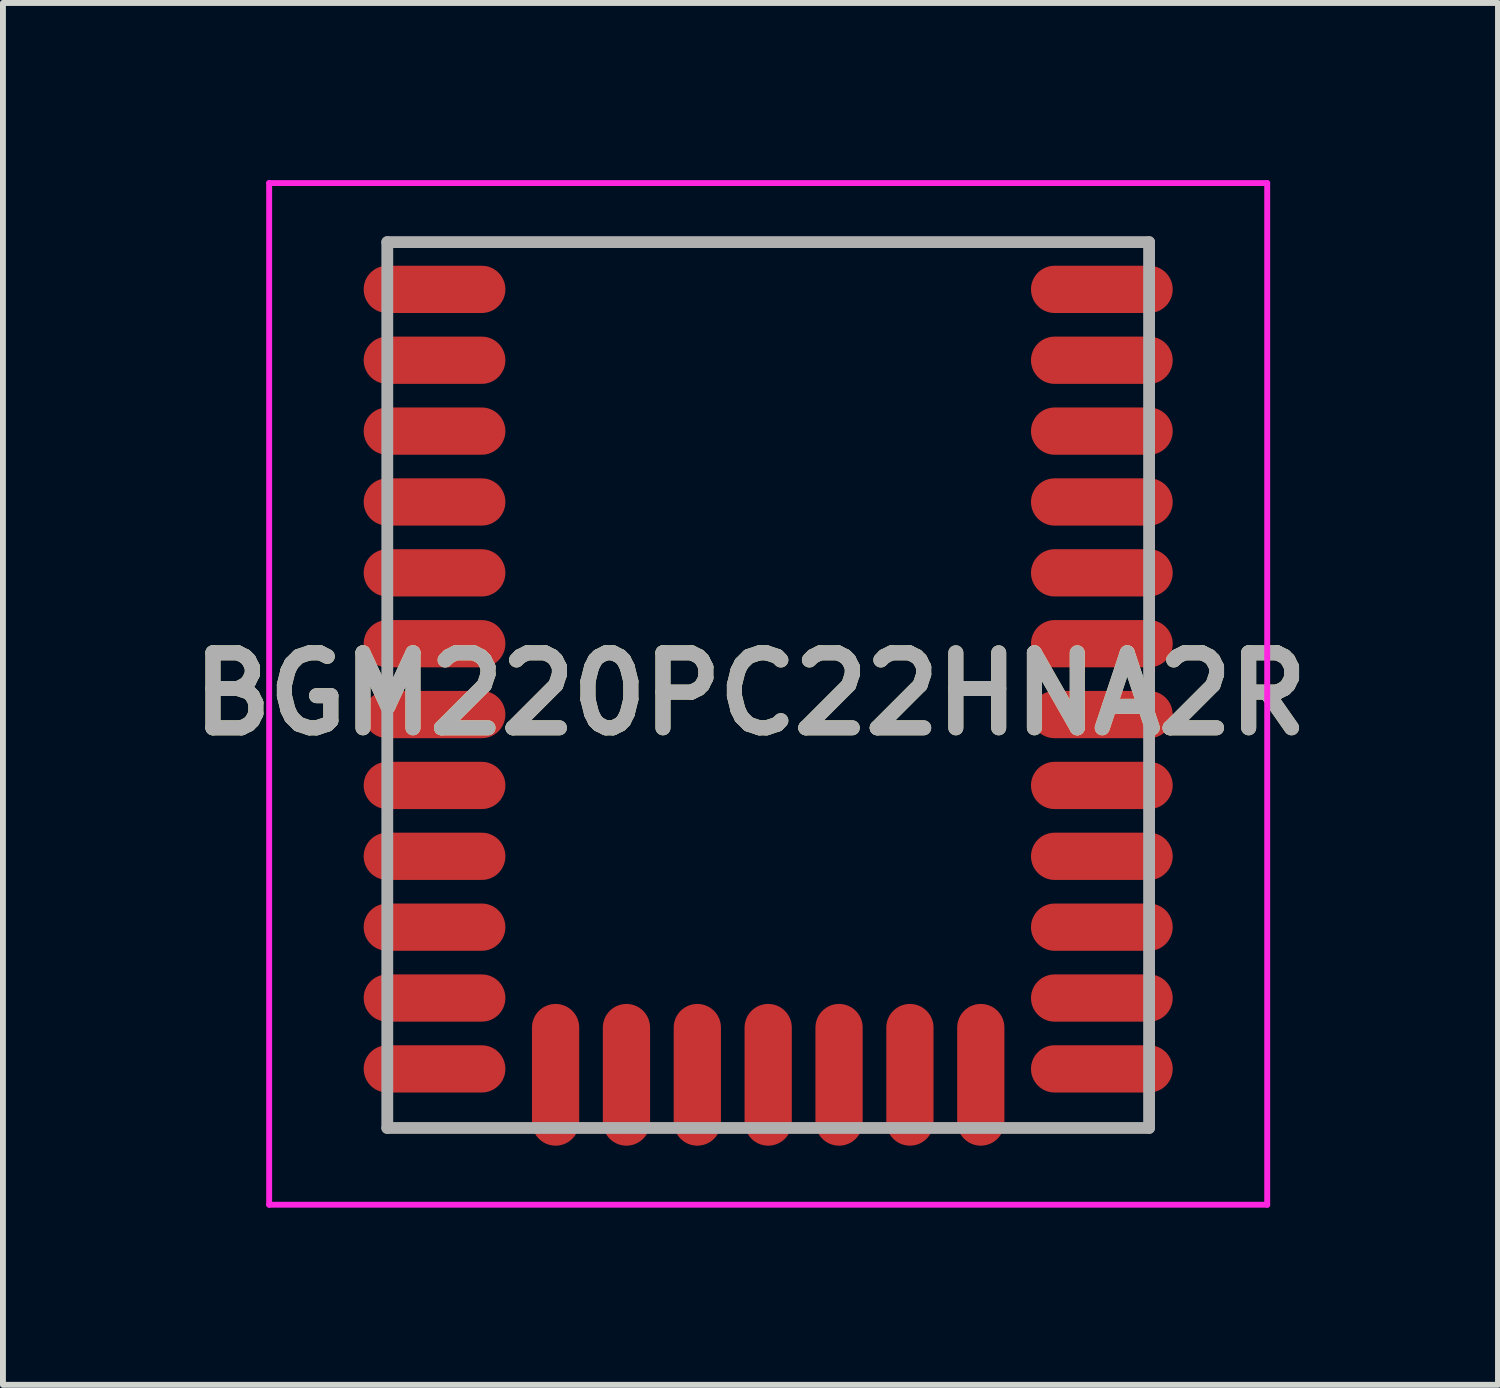
<source format=kicad_pcb>
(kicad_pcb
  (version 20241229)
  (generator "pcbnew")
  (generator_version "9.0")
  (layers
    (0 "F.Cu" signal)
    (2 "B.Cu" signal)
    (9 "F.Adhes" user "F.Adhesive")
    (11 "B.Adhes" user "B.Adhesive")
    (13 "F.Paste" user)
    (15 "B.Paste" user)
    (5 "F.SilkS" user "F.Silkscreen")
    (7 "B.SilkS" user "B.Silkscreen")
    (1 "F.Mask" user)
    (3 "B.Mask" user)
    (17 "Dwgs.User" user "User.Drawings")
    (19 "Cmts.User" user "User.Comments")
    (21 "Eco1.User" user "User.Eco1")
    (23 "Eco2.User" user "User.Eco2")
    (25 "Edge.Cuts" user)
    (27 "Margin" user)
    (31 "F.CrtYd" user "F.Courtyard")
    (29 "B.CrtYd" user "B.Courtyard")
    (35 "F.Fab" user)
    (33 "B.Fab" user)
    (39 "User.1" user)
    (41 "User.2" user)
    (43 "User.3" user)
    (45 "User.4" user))
  (footprint "BGM220PC22HNA2R"
    (layer "F.Cu")
    (at 9.958 8.55)
    (property "Reference" "BGM220PC22HNA2R" (at -0.3 0.15 0) (layer "F.SilkS") (effects (font (size 1.27 1.27) (thickness 0.254))))
    (attr smd)
    (fp_line (start -8.45 -8.5) (end 8.45 -8.5) (stroke (width 0.1) (type solid)) (layer "F.CrtYd"))
    (fp_line (start -8.45 8.8) (end -8.45 -8.5) (stroke (width 0.1) (type solid)) (layer "F.CrtYd"))
    (fp_line (start 8.45 -8.5) (end 8.45 8.8) (stroke (width 0.1) (type solid)) (layer "F.CrtYd"))
    (fp_line (start 8.45 8.8) (end -8.45 8.8) (stroke (width 0.1) (type solid)) (layer "F.CrtYd"))
    (fp_line (start -6.45 -7.5) (end 6.45 -7.5) (stroke (width 0.2) (type solid)) (layer "F.Fab"))
    (fp_line (start -6.45 7.5) (end -6.45 -7.5) (stroke (width 0.2) (type solid)) (layer "F.Fab"))
    (fp_line (start 6.45 -7.5) (end 6.45 7.5) (stroke (width 0.2) (type solid)) (layer "F.Fab"))
    (fp_line (start 6.45 7.5) (end -6.45 7.5) (stroke (width 0.2) (type solid)) (layer "F.Fab"))
    (fp_text user "${REFERENCE}" (at -0.3 0.15 0) (layer "F.Fab") (effects (font (size 1.27 1.27) (thickness 0.254))))
    (pad "1" smd oval (at -5.65 -6.7 90) (size 0.8 2.4) (layers "F.Cu" "F.Mask" "F.Paste"))
    (pad "2" smd oval (at -5.65 -5.5 90) (size 0.8 2.4) (layers "F.Cu" "F.Mask" "F.Paste"))
    (pad "3" smd oval (at -5.65 -4.3 90) (size 0.8 2.4) (layers "F.Cu" "F.Mask" "F.Paste"))
    (pad "4" smd oval (at -5.65 -3.1 90) (size 0.8 2.4) (layers "F.Cu" "F.Mask" "F.Paste"))
    (pad "5" smd oval (at -5.65 -1.9 90) (size 0.8 2.4) (layers "F.Cu" "F.Mask" "F.Paste"))
    (pad "6" smd oval (at -5.65 -0.7 90) (size 0.8 2.4) (layers "F.Cu" "F.Mask" "F.Paste"))
    (pad "7" smd oval (at -5.65 0.5 90) (size 0.8 2.4) (layers "F.Cu" "F.Mask" "F.Paste"))
    (pad "8" smd oval (at -5.65 1.7 90) (size 0.8 2.4) (layers "F.Cu" "F.Mask" "F.Paste"))
    (pad "9" smd oval (at -5.65 2.9 90) (size 0.8 2.4) (layers "F.Cu" "F.Mask" "F.Paste"))
    (pad "10" smd oval (at -5.65 4.1 90) (size 0.8 2.4) (layers "F.Cu" "F.Mask" "F.Paste"))
    (pad "11" smd oval (at -5.65 5.3 90) (size 0.8 2.4) (layers "F.Cu" "F.Mask" "F.Paste"))
    (pad "12" smd oval (at -5.65 6.5 90) (size 0.8 2.4) (layers "F.Cu" "F.Mask" "F.Paste"))
    (pad "13" smd oval (at -3.6 6.6) (size 0.8 2.4) (layers "F.Cu" "F.Mask" "F.Paste"))
    (pad "14" smd oval (at -2.4 6.6) (size 0.8 2.4) (layers "F.Cu" "F.Mask" "F.Paste"))
    (pad "15" smd oval (at -1.2 6.6) (size 0.8 2.4) (layers "F.Cu" "F.Mask" "F.Paste"))
    (pad "16" smd oval (at 0 6.6) (size 0.8 2.4) (layers "F.Cu" "F.Mask" "F.Paste"))
    (pad "17" smd oval (at 1.2 6.6) (size 0.8 2.4) (layers "F.Cu" "F.Mask" "F.Paste"))
    (pad "18" smd oval (at 2.4 6.6) (size 0.8 2.4) (layers "F.Cu" "F.Mask" "F.Paste"))
    (pad "19" smd oval (at 3.6 6.6) (size 0.8 2.4) (layers "F.Cu" "F.Mask" "F.Paste"))
    (pad "20" smd oval (at 5.65 6.5 90) (size 0.8 2.4) (layers "F.Cu" "F.Mask" "F.Paste"))
    (pad "21" smd oval (at 5.65 5.3 90) (size 0.8 2.4) (layers "F.Cu" "F.Mask" "F.Paste"))
    (pad "22" smd oval (at 5.65 4.1 90) (size 0.8 2.4) (layers "F.Cu" "F.Mask" "F.Paste"))
    (pad "23" smd oval (at 5.65 2.9 90) (size 0.8 2.4) (layers "F.Cu" "F.Mask" "F.Paste"))
    (pad "24" smd oval (at 5.65 1.7 90) (size 0.8 2.4) (layers "F.Cu" "F.Mask" "F.Paste"))
    (pad "25" smd oval (at 5.65 0.5 90) (size 0.8 2.4) (layers "F.Cu" "F.Mask" "F.Paste"))
    (pad "26" smd oval (at 5.65 -0.7 90) (size 0.8 2.4) (layers "F.Cu" "F.Mask" "F.Paste"))
    (pad "27" smd oval (at 5.65 -1.9 90) (size 0.8 2.4) (layers "F.Cu" "F.Mask" "F.Paste"))
    (pad "28" smd oval (at 5.65 -3.1 90) (size 0.8 2.4) (layers "F.Cu" "F.Mask" "F.Paste"))
    (pad "29" smd oval (at 5.65 -4.3 90) (size 0.8 2.4) (layers "F.Cu" "F.Mask" "F.Paste"))
    (pad "30" smd oval (at 5.65 -5.5 90) (size 0.8 2.4) (layers "F.Cu" "F.Mask" "F.Paste"))
    (pad "31" smd oval (at 5.65 -6.7 90) (size 0.8 2.4) (layers "F.Cu" "F.Mask" "F.Paste"))
    (zone (net_name "") (layers "F.Cu" "B.Cu" "F.SilkS" "B.SilkS") (name "NO COPPER") (hatch edge 0.5) (connect_pads) (min_thickness 0.25) (filled_areas_thickness no) (keepout (tracks not_allowed) (vias not_allowed) (pads not_allowed) (copperpour allowed) (footprints allowed)) (placement (enabled no)) (fill) (polygon (pts (xy 6.208 1.05) (xy 6.208 5.95) (xy 13.708 5.95) (xy 13.708 1.05)))))
  (gr_rect
    (start -3 -3)
    (end 22.316 20.4)
    (stroke (width 0.1) (type default))
    (fill no)
    (layer "Edge.Cuts")))
</source>
